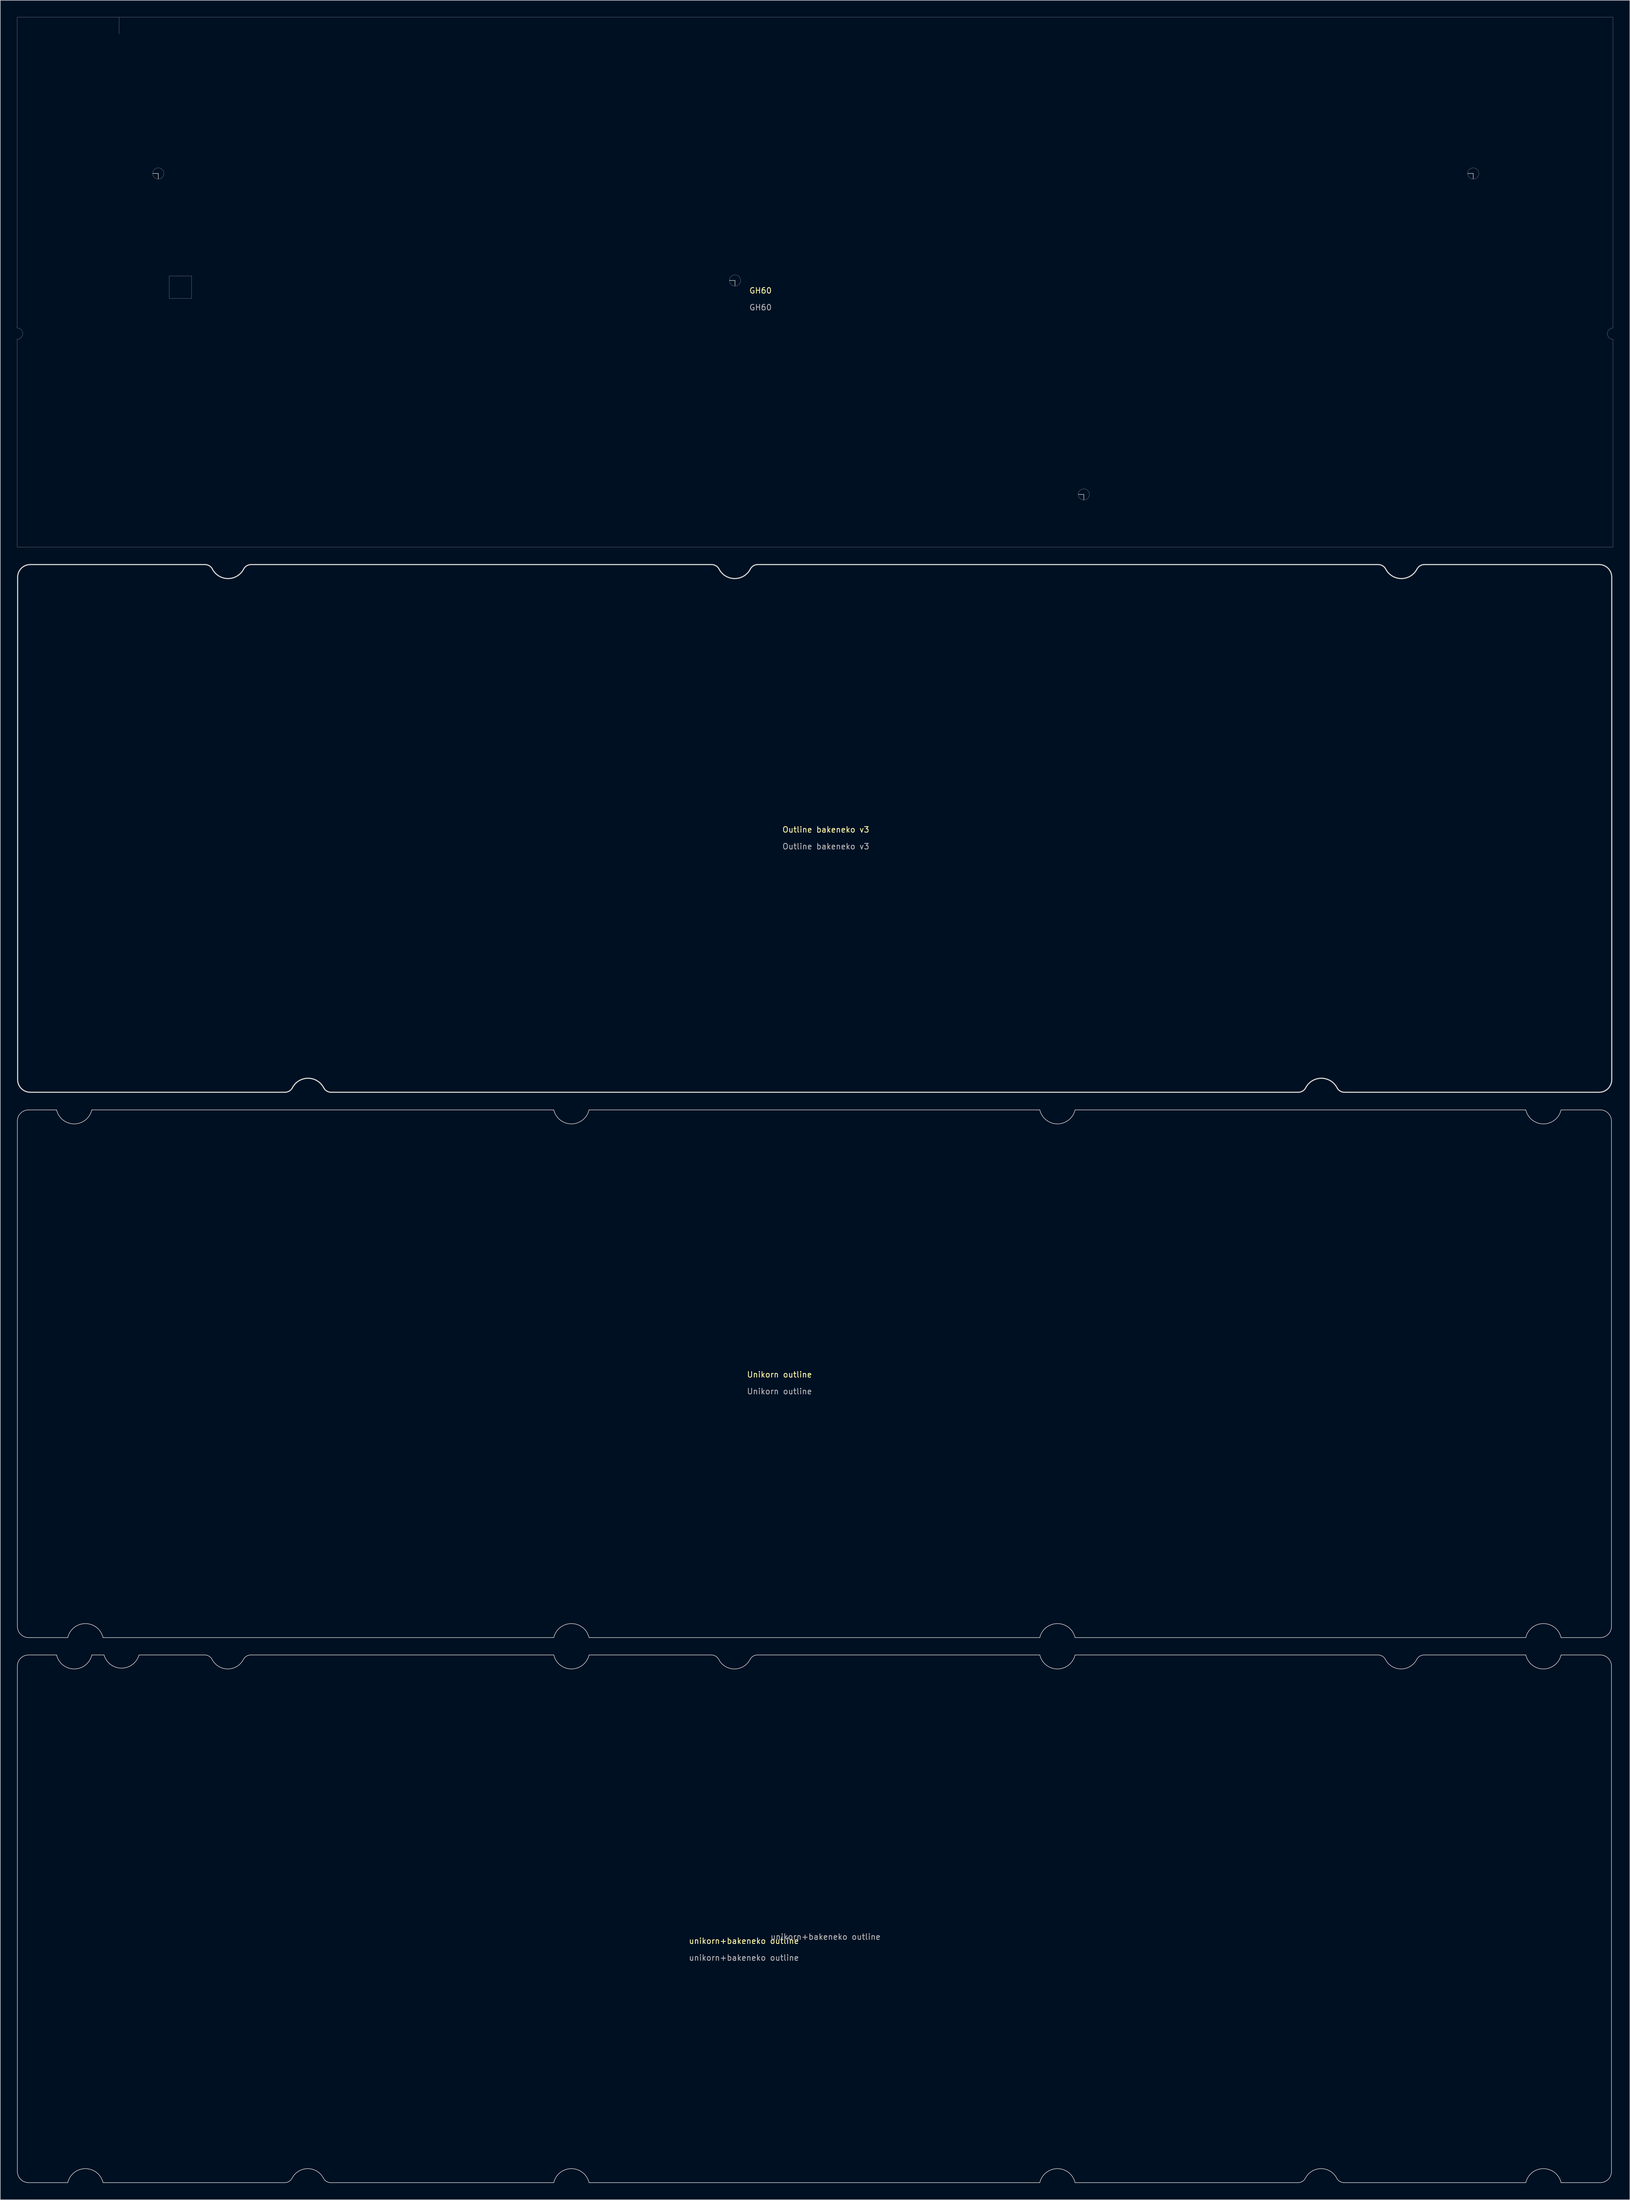
<source format=kicad_pcb>
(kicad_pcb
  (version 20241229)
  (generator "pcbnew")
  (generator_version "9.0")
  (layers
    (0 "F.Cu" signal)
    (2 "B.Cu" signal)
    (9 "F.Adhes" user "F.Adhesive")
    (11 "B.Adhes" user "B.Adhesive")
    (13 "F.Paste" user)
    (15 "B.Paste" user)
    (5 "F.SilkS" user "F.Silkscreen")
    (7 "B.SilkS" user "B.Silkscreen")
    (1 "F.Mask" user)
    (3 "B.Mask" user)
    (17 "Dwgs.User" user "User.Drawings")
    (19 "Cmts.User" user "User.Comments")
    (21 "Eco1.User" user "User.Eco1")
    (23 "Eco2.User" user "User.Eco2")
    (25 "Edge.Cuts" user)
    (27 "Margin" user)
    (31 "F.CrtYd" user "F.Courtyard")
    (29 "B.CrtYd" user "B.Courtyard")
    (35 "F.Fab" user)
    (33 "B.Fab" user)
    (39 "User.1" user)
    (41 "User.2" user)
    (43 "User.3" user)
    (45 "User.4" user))
  (footprint "GH60"
    (layer "F.Cu")
    (at 128.206 46.036)
    (property "Reference" "GH60" (at 4.572 2.794 0) (unlocked yes) (layer "F.SilkS") (effects (font (size 1 1) (thickness 0.15))))
    (fp_line (start -128.19 9.48) (end -128.19 -46.02) (stroke (width 0.031) (type solid)) (layer "Dwgs.User"))
    (fp_line (start -128.19 12.48) (end -128.19 11.48) (stroke (width 0.031) (type solid)) (layer "Dwgs.User"))
    (fp_line (start -128.19 48.58) (end -128.19 12.48) (stroke (width 0.031) (type solid)) (layer "Dwgs.User"))
    (fp_line (start -128.19 48.58) (end 156.81 48.58) (stroke (width 0.031) (type solid)) (layer "Dwgs.User"))
    (fp_line (start -109.99 -46.02) (end -109.99 -43.02) (stroke (width 0.031) (type solid)) (layer "Dwgs.User"))
    (fp_line (start -102.99 -18.12) (end -103.96 -18.12) (stroke (width 0.1) (type solid)) (layer "Dwgs.User"))
    (fp_line (start -102.99 -18.12) (end -102.99 -17.16) (stroke (width 0.1) (type solid)) (layer "Dwgs.User"))
    (fp_line (start -101.04 4.18) (end -101.04 0.18) (stroke (width 0.031) (type solid)) (layer "Dwgs.User"))
    (fp_line (start -97.04 0.18) (end -101.04 0.18) (stroke (width 0.031) (type solid)) (layer "Dwgs.User"))
    (fp_line (start -97.04 4.18) (end -101.04 4.18) (stroke (width 0.031) (type solid)) (layer "Dwgs.User"))
    (fp_line (start -97.04 4.18) (end -97.04 0.18) (stroke (width 0.031) (type solid)) (layer "Dwgs.User"))
    (fp_line (start 0.01 0.98) (end -0.96 0.98) (stroke (width 0.1) (type solid)) (layer "Dwgs.User"))
    (fp_line (start 0.01 0.98) (end 0.01 1.94) (stroke (width 0.1) (type solid)) (layer "Dwgs.User"))
    (fp_line (start 62.31 39.18) (end 61.34 39.18) (stroke (width 0.1) (type solid)) (layer "Dwgs.User"))
    (fp_line (start 62.31 39.18) (end 62.31 40.14) (stroke (width 0.1) (type solid)) (layer "Dwgs.User"))
    (fp_line (start 131.86 -18.12) (end 130.89 -18.12) (stroke (width 0.1) (type solid)) (layer "Dwgs.User"))
    (fp_line (start 131.86 -18.12) (end 131.86 -17.16) (stroke (width 0.1) (type solid)) (layer "Dwgs.User"))
    (fp_line (start 156.81 -46.02) (end -128.19 -46.02) (stroke (width 0.031) (type solid)) (layer "Dwgs.User"))
    (fp_line (start 156.81 9.48) (end 156.81 -46.02) (stroke (width 0.031) (type solid)) (layer "Dwgs.User"))
    (fp_line (start 156.81 12.48) (end 156.81 11.48) (stroke (width 0.031) (type solid)) (layer "Dwgs.User"))
    (fp_line (start 156.81 48.58) (end 156.81 12.48) (stroke (width 0.031) (type solid)) (layer "Dwgs.User"))
    (fp_arc (start -128.19007 9.480005) (mid -127.190069 10.480006) (end -128.19007 11.480006) (stroke (width 0.031) (type solid)) (layer "Dwgs.User"))
    (fp_arc (start 156.810084 11.480006) (mid 155.810085 10.480005) (end 156.810084 9.480005) (stroke (width 0.031) (type solid)) (layer "Dwgs.User"))
    (fp_circle (center -102.99 -18.12) (end -101.99 -18.12) (stroke (width 0.031) (type solid)) (fill no) (layer "Dwgs.User"))
    (fp_circle (center 0.01 0.98) (end 1.01 0.98) (stroke (width 0.031) (type solid)) (fill no) (layer "Dwgs.User"))
    (fp_circle (center 62.31 39.18) (end 63.31 39.18) (stroke (width 0.031) (type solid)) (fill no) (layer "Dwgs.User"))
    (fp_circle (center 131.86 -18.12) (end 132.86 -18.12) (stroke (width 0.031) (type solid)) (fill no) (layer "Dwgs.User"))
    (fp_text user "${REFERENCE}" (at 4.572 5.794 0) (unlocked yes) (layer "F.Fab") (effects (font (size 1 1) (thickness 0.15)))))
  (footprint "Unikorn outline"
    (layer "F.Cu")
    (at 136.16 242.831)
    (property "Reference" "Unikorn outline" (at 0 -0.5 0) (unlocked yes) (layer "F.SilkS") (effects (font (size 1 1) (thickness 0.15))))
    (fp_line (start -136.11 -45.75) (end -136.11 44.45) (stroke (width 0.1) (type solid)) (layer "Edge.Cuts"))
    (fp_line (start -134.11 -47.75) (end -129.11 -47.75) (stroke (width 0.1) (type solid)) (layer "Edge.Cuts"))
    (fp_line (start -127.11 46.45) (end -134.11 46.45) (stroke (width 0.1) (type solid)) (layer "Edge.Cuts"))
    (fp_line (start -122.81 -47.75) (end -40.31 -47.75) (stroke (width 0.1) (type solid)) (layer "Edge.Cuts"))
    (fp_line (start -40.31 46.45) (end -120.81 46.45) (stroke (width 0.1) (type solid)) (layer "Edge.Cuts"))
    (fp_line (start -34.01 -47.75) (end 46.49 -47.75) (stroke (width 0.1) (type solid)) (layer "Edge.Cuts"))
    (fp_line (start 46.49 46.45) (end -34.01 46.45) (stroke (width 0.1) (type solid)) (layer "Edge.Cuts"))
    (fp_line (start 52.79 -47.75) (end 133.29 -47.75) (stroke (width 0.1) (type solid)) (layer "Edge.Cuts"))
    (fp_line (start 133.29 46.45) (end 52.79 46.45) (stroke (width 0.1) (type solid)) (layer "Edge.Cuts"))
    (fp_line (start 139.59 -47.75) (end 146.59 -47.75) (stroke (width 0.1) (type solid)) (layer "Edge.Cuts"))
    (fp_line (start 146.59 46.45) (end 139.59 46.45) (stroke (width 0.1) (type solid)) (layer "Edge.Cuts"))
    (fp_line (start 148.59 44.45) (end 148.59 -45.75) (stroke (width 0.1) (type solid)) (layer "Edge.Cuts"))
    (fp_arc (start -136.11 -45.75) (mid -135.524214 -47.164214) (end -134.11 -47.75) (stroke (width 0.1) (type solid)) (layer "Edge.Cuts"))
    (fp_arc (start -134.110001 46.449999) (mid -135.524214 45.864213) (end -136.11 44.45) (stroke (width 0.1) (type solid)) (layer "Edge.Cuts"))
    (fp_arc (start -127.11 46.45) (mid -123.96 43.95) (end -120.81 46.45) (stroke (width 0.1) (type solid)) (layer "Edge.Cuts"))
    (fp_arc (start -122.81 -47.75) (mid -125.96 -45.25) (end -129.11 -47.75) (stroke (width 0.1) (type solid)) (layer "Edge.Cuts"))
    (fp_arc (start -40.310002 46.45) (mid -37.160001 43.949999) (end -34.01 46.45) (stroke (width 0.1) (type solid)) (layer "Edge.Cuts"))
    (fp_arc (start -34.01 -47.75) (mid -37.16 -45.25) (end -40.31 -47.75) (stroke (width 0.1) (type solid)) (layer "Edge.Cuts"))
    (fp_arc (start 46.49 46.449998) (mid 49.640001 43.949999) (end 52.79 46.45) (stroke (width 0.1) (type solid)) (layer "Edge.Cuts"))
    (fp_arc (start 52.79 -47.749998) (mid 49.639999 -45.249999) (end 46.49 -47.75) (stroke (width 0.1) (type solid)) (layer "Edge.Cuts"))
    (fp_arc (start 133.29 46.449998) (mid 136.440001 43.949999) (end 139.59 46.45) (stroke (width 0.1) (type solid)) (layer "Edge.Cuts"))
    (fp_arc (start 139.590223 -47.749999) (mid 136.440026 -45.249783) (end 133.289789 -47.749948) (stroke (width 0.1) (type solid)) (layer "Edge.Cuts"))
    (fp_arc (start 146.59 -47.750001) (mid 148.004214 -47.164215) (end 148.59 -45.750001) (stroke (width 0.1) (type solid)) (layer "Edge.Cuts"))
    (fp_arc (start 148.59 44.45) (mid 148.004214 45.864214) (end 146.59 46.45) (stroke (width 0.1) (type solid)) (layer "Edge.Cuts"))
    (fp_text user "${REFERENCE}" (at 0 2.5 0) (unlocked yes) (layer "F.Fab") (effects (font (size 1 1) (thickness 0.15)))))
  (footprint "unikorn+bakeneko outline"
    (layer "F.Cu")
    (at 129.81 343.941)
    (property "Reference" "unikorn+bakeneko outline" (at 0 -0.5 0) (unlocked yes) (layer "F.SilkS") (effects (font (size 1 1) (thickness 0.15))))
    (fp_line (start -129.76 -49.56) (end -129.76 40.64) (stroke (width 0.1) (type solid)) (layer "Edge.Cuts"))
    (fp_line (start -127.76 -51.56) (end -122.76 -51.56) (stroke (width 0.1) (type solid)) (layer "Edge.Cuts"))
    (fp_line (start -120.76 42.64) (end -127.76 42.64) (stroke (width 0.1) (type solid)) (layer "Edge.Cuts"))
    (fp_line (start -114.28 -51.56) (end -116.46 -51.56) (stroke (width 0.1) (type solid)) (layer "Edge.Cuts"))
    (fp_line (start -108.03 -51.56) (end -96.308 -51.56) (stroke (width 0.1) (type solid)) (layer "Edge.Cuts"))
    (fp_line (start -88.062 -51.56) (end -33.96 -51.56) (stroke (width 0.1) (type solid)) (layer "Edge.Cuts"))
    (fp_line (start -82.021 42.64) (end -114.46 42.64) (stroke (width 0.1) (type solid)) (layer "Edge.Cuts"))
    (fp_line (start -73.774 42.64) (end -33.96 42.64) (stroke (width 0.1) (type solid)) (layer "Edge.Cuts"))
    (fp_line (start -27.66 -51.56) (end -5.821 -51.56) (stroke (width 0.1) (type solid)) (layer "Edge.Cuts"))
    (fp_line (start -27.66 42.64) (end 52.84 42.64) (stroke (width 0.1) (type solid)) (layer "Edge.Cuts"))
    (fp_line (start 2.44 -51.56) (end 52.84 -51.56) (stroke (width 0.1) (type solid)) (layer "Edge.Cuts"))
    (fp_line (start 59.14 -51.56) (end 113.242 -51.56) (stroke (width 0.1) (type solid)) (layer "Edge.Cuts"))
    (fp_line (start 98.954 42.64) (end 59.14 42.64) (stroke (width 0.1) (type solid)) (layer "Edge.Cuts"))
    (fp_line (start 107.201 42.64) (end 139.64 42.64) (stroke (width 0.1) (type solid)) (layer "Edge.Cuts"))
    (fp_line (start 121.488 -51.56) (end 139.64 -51.56) (stroke (width 0.1) (type solid)) (layer "Edge.Cuts"))
    (fp_line (start 145.94 -51.56) (end 152.94 -51.56) (stroke (width 0.1) (type solid)) (layer "Edge.Cuts"))
    (fp_line (start 152.94 42.64) (end 145.94 42.64) (stroke (width 0.1) (type solid)) (layer "Edge.Cuts"))
    (fp_line (start 154.94 -49.56) (end 154.94 40.64) (stroke (width 0.1) (type solid)) (layer "Edge.Cuts"))
    (fp_arc (start -129.76 -49.56) (mid -129.174214 -50.974214) (end -127.76 -51.56) (stroke (width 0.1) (type solid)) (layer "Edge.Cuts"))
    (fp_arc (start -127.760001 42.639999) (mid -129.174214 42.054213) (end -129.76 40.64) (stroke (width 0.1) (type solid)) (layer "Edge.Cuts"))
    (fp_arc (start -120.76 42.64) (mid -117.61 40.14) (end -114.46 42.64) (stroke (width 0.1) (type solid)) (layer "Edge.Cuts"))
    (fp_arc (start -116.46 -51.56) (mid -119.61 -49.06) (end -122.76 -51.56) (stroke (width 0.1) (type solid)) (layer "Edge.Cuts"))
    (fp_arc (start -110.232032 -49.340853) (mid -112.718816 -49.606228) (end -114.28 -51.56) (stroke (width 0.1) (type solid)) (layer "Edge.Cuts"))
    (fp_arc (start -108.03 -51.56) (mid -108.847375 -50.168973) (end -110.232032 -49.340853) (stroke (width 0.1) (type solid)) (layer "Edge.Cuts"))
    (fp_arc (start -96.308106 -51.560001) (mid -95.530316 -51.342765) (end -94.978071 -50.75355) (stroke (width 0.1) (type solid)) (layer "Edge.Cuts"))
    (fp_arc (start -89.391929 -50.753549) (mid -92.185 -49.060339) (end -94.978071 -50.75355) (stroke (width 0.1) (type solid)) (layer "Edge.Cuts"))
    (fp_arc (start -89.391928 -50.753549) (mid -88.839683 -51.342764) (end -88.061894 -51.560001) (stroke (width 0.1) (type solid)) (layer "Edge.Cuts"))
    (fp_arc (start -80.690572 41.833547) (mid -81.241867 42.424328) (end -82.020606 42.64) (stroke (width 0.1) (type solid)) (layer "Edge.Cuts"))
    (fp_arc (start -80.690572 41.833547) (mid -77.8975 40.140336) (end -75.104428 41.833547) (stroke (width 0.1) (type solid)) (layer "Edge.Cuts"))
    (fp_arc (start -73.774394 42.64) (mid -74.553133 42.424328) (end -75.104428 41.833547) (stroke (width 0.1) (type solid)) (layer "Edge.Cuts"))
    (fp_arc (start -33.960002 42.64) (mid -30.810001 40.139999) (end -27.66 42.64) (stroke (width 0.1) (type solid)) (layer "Edge.Cuts"))
    (fp_arc (start -27.66 -51.56) (mid -30.81 -49.06) (end -33.96 -51.56) (stroke (width 0.1) (type solid)) (layer "Edge.Cuts"))
    (fp_arc (start -5.820606 -51.560001) (mid -5.042816 -51.342765) (end -4.490571 -50.75355) (stroke (width 0.1) (type solid)) (layer "Edge.Cuts"))
    (fp_arc (start 1.095571 -50.753549) (mid -1.6975 -49.060339) (end -4.490571 -50.75355) (stroke (width 0.1) (type solid)) (layer "Edge.Cuts"))
    (fp_arc (start 1.095572 -50.753549) (mid 1.647817 -51.342764) (end 2.425606 -51.560001) (stroke (width 0.1) (type solid)) (layer "Edge.Cuts"))
    (fp_arc (start 52.84 42.639998) (mid 55.990001 40.139999) (end 59.14 42.64) (stroke (width 0.1) (type solid)) (layer "Edge.Cuts"))
    (fp_arc (start 59.14 -51.559998) (mid 55.989999 -49.059999) (end 52.84 -51.56) (stroke (width 0.1) (type solid)) (layer "Edge.Cuts"))
    (fp_arc (start 100.284428 41.833547) (mid 99.733133 42.424328) (end 98.954394 42.64) (stroke (width 0.1) (type solid)) (layer "Edge.Cuts"))
    (fp_arc (start 100.284428 41.833547) (mid 103.0775 40.140336) (end 105.870572 41.833547) (stroke (width 0.1) (type solid)) (layer "Edge.Cuts"))
    (fp_arc (start 107.200606 42.64) (mid 106.421867 42.424328) (end 105.870572 41.833547) (stroke (width 0.1) (type solid)) (layer "Edge.Cuts"))
    (fp_arc (start 113.241894 -51.560001) (mid 114.019684 -51.342765) (end 114.571929 -50.75355) (stroke (width 0.1) (type solid)) (layer "Edge.Cuts"))
    (fp_arc (start 120.158071 -50.753549) (mid 117.365 -49.060339) (end 114.571929 -50.75355) (stroke (width 0.1) (type solid)) (layer "Edge.Cuts"))
    (fp_arc (start 120.158072 -50.753549) (mid 120.710317 -51.342764) (end 121.488106 -51.560001) (stroke (width 0.1) (type solid)) (layer "Edge.Cuts"))
    (fp_arc (start 139.64 42.639998) (mid 142.790001 40.139999) (end 145.94 42.64) (stroke (width 0.1) (type solid)) (layer "Edge.Cuts"))
    (fp_arc (start 145.940223 -51.559999) (mid 142.790026 -49.059783) (end 139.639789 -51.559948) (stroke (width 0.1) (type solid)) (layer "Edge.Cuts"))
    (fp_arc (start 152.94 -51.560001) (mid 154.354214 -50.974215) (end 154.94 -49.560001) (stroke (width 0.1) (type solid)) (layer "Edge.Cuts"))
    (fp_arc (start 154.94 40.64) (mid 154.354214 42.054214) (end 152.94 42.64) (stroke (width 0.1) (type solid)) (layer "Edge.Cuts"))
    (fp_text user "${REFERENCE}" (at 0 2.5 0) (unlocked yes) (layer "F.Fab") (effects (font (size 1 1) (thickness 0.15))))
    (fp_text user "${REFERENCE}" (at 14.581 -1.239 0) (unlocked yes) (layer "F.Fab") (effects (font (size 1 1) (thickness 0.15)))))
  (footprint "Outline bakeneko v3"
    (layer "F.Cu")
    (at 144.441 145.552)
    (property "Reference" "Outline bakeneko v3" (at 0 -0.5 0) (unlocked yes) (layer "F.SilkS") (effects (font (size 1 1) (thickness 0.15))))
    (fp_line (start -144.341 44.129) (end -144.341 -45.571) (stroke (width 0.2) (type solid)) (layer "Edge.Cuts"))
    (fp_line (start -110.889 -47.821) (end -142.091 -47.821) (stroke (width 0.2) (type solid)) (layer "Edge.Cuts"))
    (fp_line (start -96.602 46.379) (end -142.091 46.379) (stroke (width 0.2) (type solid)) (layer "Edge.Cuts"))
    (fp_line (start -20.402 -47.821) (end -102.643 -47.821) (stroke (width 0.2) (type solid)) (layer "Edge.Cuts"))
    (fp_line (start 84.373 46.379) (end -88.355 46.379) (stroke (width 0.2) (type solid)) (layer "Edge.Cuts"))
    (fp_line (start 98.661 -47.821) (end -12.155 -47.821) (stroke (width 0.2) (type solid)) (layer "Edge.Cuts"))
    (fp_line (start 138.109 -47.821) (end 106.907 -47.821) (stroke (width 0.2) (type solid)) (layer "Edge.Cuts"))
    (fp_line (start 138.109 46.379) (end 92.62 46.379) (stroke (width 0.2) (type solid)) (layer "Edge.Cuts"))
    (fp_line (start 140.359 44.129) (end 140.359 -45.571) (stroke (width 0.2) (type solid)) (layer "Edge.Cuts"))
    (fp_arc (start -144.34099 -45.57099) (mid -143.68198 -47.16198) (end -142.09099 -47.82099) (stroke (width 0.2) (type solid)) (layer "Edge.Cuts"))
    (fp_arc (start -142.09099 46.37901) (mid -143.68198 45.72) (end -144.34099 44.12901) (stroke (width 0.2) (type solid)) (layer "Edge.Cuts"))
    (fp_arc (start -110.889096 -47.82099) (mid -110.111382 -47.603629) (end -109.559061 -47.014539) (stroke (width 0.2) (type solid)) (layer "Edge.Cuts"))
    (fp_arc (start -103.972919 -47.014538) (mid -106.76599 -45.32099) (end -109.559061 -47.014539) (stroke (width 0.2) (type solid)) (layer "Edge.Cuts"))
    (fp_arc (start -103.972918 -47.014538) (mid -103.420598 -47.603628) (end -102.642884 -47.82099) (stroke (width 0.2) (type solid)) (layer "Edge.Cuts"))
    (fp_arc (start -95.271562 45.572558) (mid -92.47849 43.879009) (end -89.685418 45.572558) (stroke (width 0.2) (type solid)) (layer "Edge.Cuts"))
    (fp_arc (start -95.271561 45.572558) (mid -95.823881 46.161648) (end -96.601595 46.37901) (stroke (width 0.2) (type solid)) (layer "Edge.Cuts"))
    (fp_arc (start -88.355384 46.37901) (mid -89.133098 46.161648) (end -89.685418 45.572558) (stroke (width 0.2) (type solid)) (layer "Edge.Cuts"))
    (fp_arc (start -20.401596 -47.82099) (mid -19.623882 -47.603629) (end -19.071561 -47.014539) (stroke (width 0.2) (type solid)) (layer "Edge.Cuts"))
    (fp_arc (start -13.485419 -47.014538) (mid -16.27849 -45.32099) (end -19.071561 -47.014539) (stroke (width 0.2) (type solid)) (layer "Edge.Cuts"))
    (fp_arc (start -13.485418 -47.014538) (mid -12.933098 -47.603628) (end -12.155384 -47.82099) (stroke (width 0.2) (type solid)) (layer "Edge.Cuts"))
    (fp_arc (start 85.703438 45.572558) (mid 88.49651 43.879009) (end 91.289582 45.572558) (stroke (width 0.2) (type solid)) (layer "Edge.Cuts"))
    (fp_arc (start 85.703439 45.572558) (mid 85.151119 46.161648) (end 84.373405 46.37901) (stroke (width 0.2) (type solid)) (layer "Edge.Cuts"))
    (fp_arc (start 92.619616 46.37901) (mid 91.841902 46.161648) (end 91.289582 45.572558) (stroke (width 0.2) (type solid)) (layer "Edge.Cuts"))
    (fp_arc (start 98.660904 -47.82099) (mid 99.438618 -47.603629) (end 99.990939 -47.014539) (stroke (width 0.2) (type solid)) (layer "Edge.Cuts"))
    (fp_arc (start 105.577081 -47.014538) (mid 102.78401 -45.32099) (end 99.990939 -47.014539) (stroke (width 0.2) (type solid)) (layer "Edge.Cuts"))
    (fp_arc (start 105.577082 -47.014538) (mid 106.129402 -47.603628) (end 106.907116 -47.82099) (stroke (width 0.2) (type solid)) (layer "Edge.Cuts"))
    (fp_arc (start 138.10901 -47.82099) (mid 139.7 -47.16198) (end 140.35901 -45.57099) (stroke (width 0.2) (type solid)) (layer "Edge.Cuts"))
    (fp_arc (start 140.35901 44.12901) (mid 139.7 45.72) (end 138.10901 46.37901) (stroke (width 0.2) (type solid)) (layer "Edge.Cuts"))
    (fp_text user "${REFERENCE}" (at 0 2.5 0) (unlocked yes) (layer "F.Fab") (effects (font (size 1 1) (thickness 0.15)))))
  (gr_rect
    (start -3 -3)
    (end 288.031 389.631)
    (stroke (width 0.1) (type default))
    (fill no)
    (layer "Edge.Cuts")))
</source>
